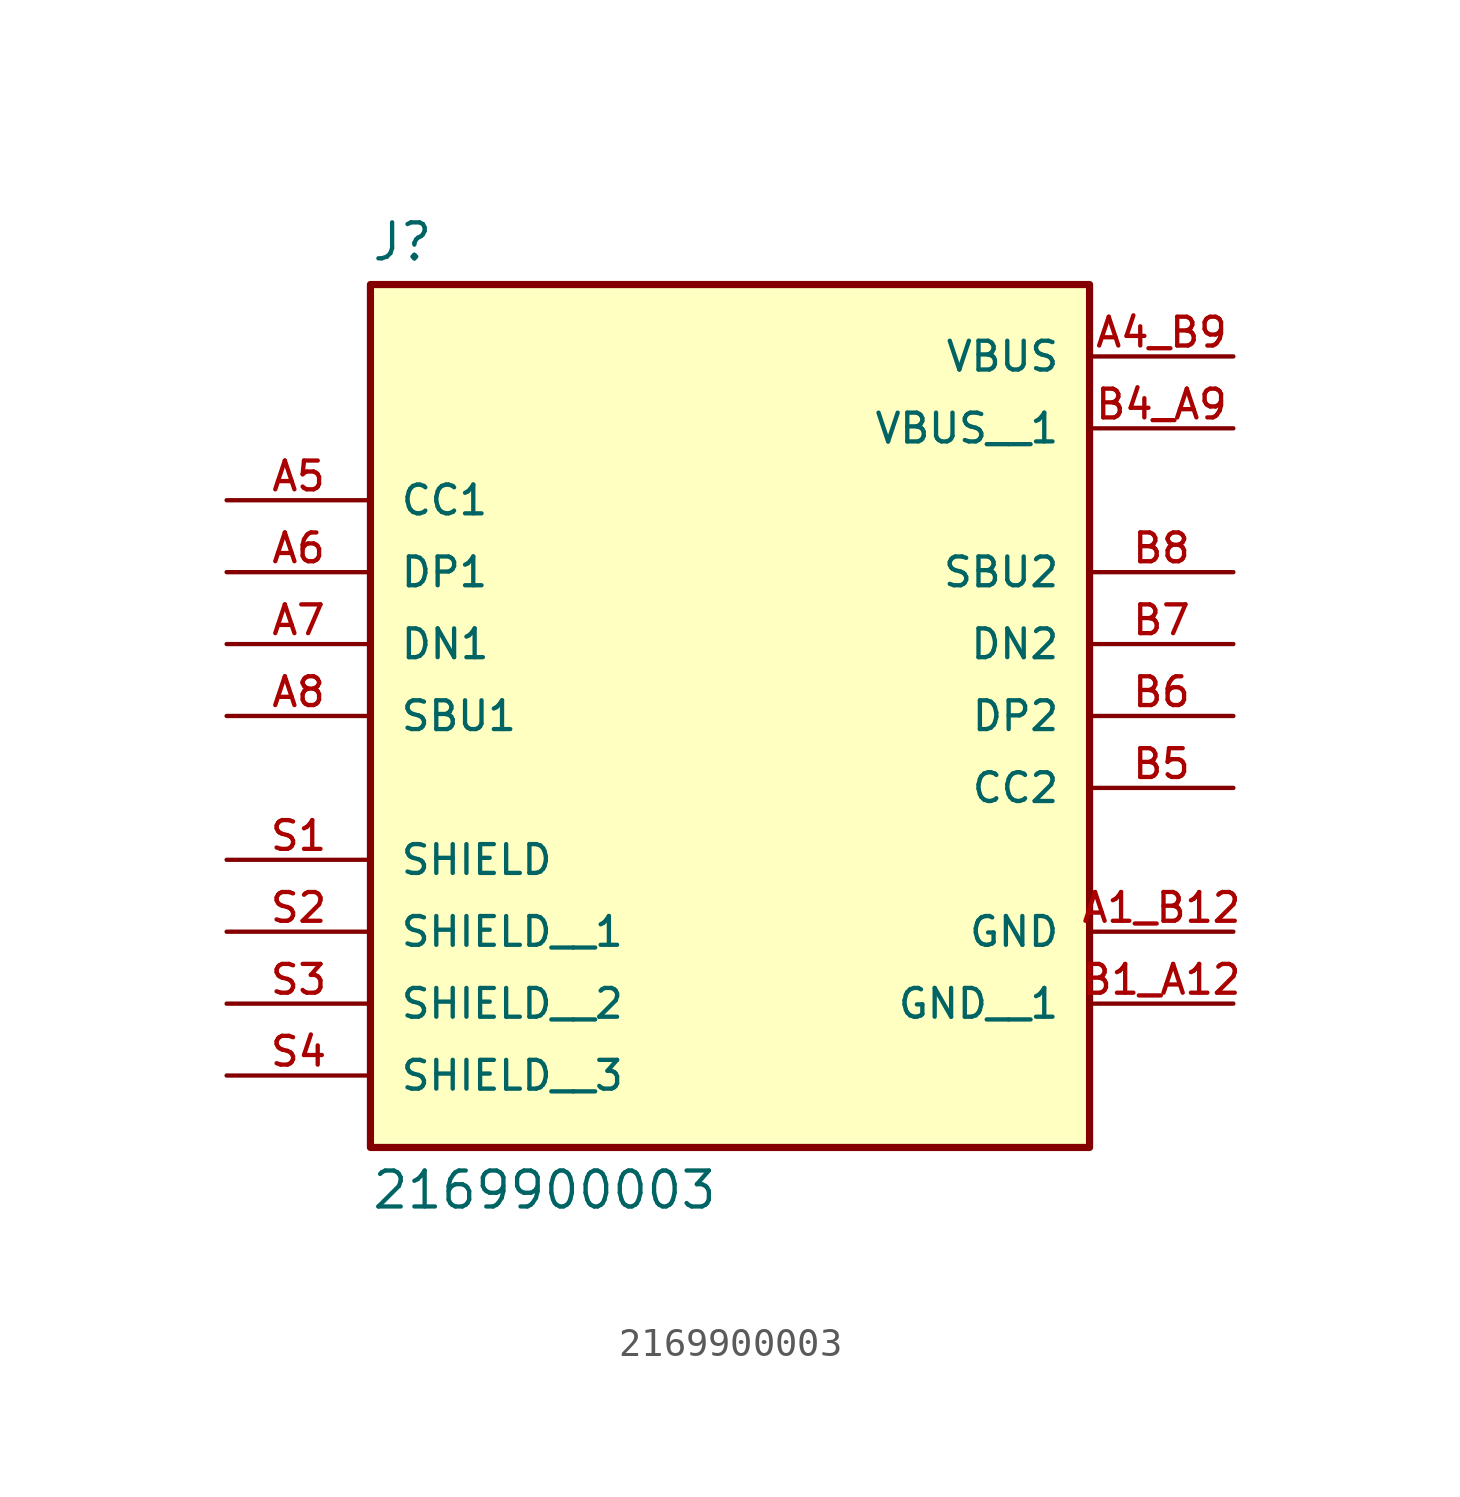
<source format=kicad_sym>
(kicad_symbol_lib
  (version 20211014)
  (generator kicad_symbol_editor)
  (symbol "2169900003"
    (pin_names
      (offset 1.016))
    (property "Reference" "J"
      (at -12.7 10.922 0)
      (effects (font (size 1.27 1.27)) (justify bottom left)))
    (property "Value" "2169900003"
      (at -12.7 -21.082 0.0)
      (effects (font (size 1.27 1.27)) (justify top left)))
    (symbol "2169900003_0_0"
      (rectangle (start -12.7 -20.32) (end 12.7 10.16) (stroke (width 0.254)) (fill (type background)))
      (pin bidirectional line (at -17.78 0.0 0) (length 5.08) (name "DP1" (effects (font (size 1.016 1.016)))) (number "A6" (effects (font (size 1.016 1.016)))))
      (pin bidirectional line (at -17.78 2.54 0) (length 5.08) (name "CC1" (effects (font (size 1.016 1.016)))) (number "A5" (effects (font (size 1.016 1.016)))))
      (pin bidirectional line (at -17.78 -5.08 0) (length 5.08) (name "SBU1" (effects (font (size 1.016 1.016)))) (number "A8" (effects (font (size 1.016 1.016)))))
      (pin bidirectional line (at -17.78 -2.54 0) (length 5.08) (name "DN1" (effects (font (size 1.016 1.016)))) (number "A7" (effects (font (size 1.016 1.016)))))
      (pin passive line (at -17.78 -10.16 0) (length 5.08) (name "SHIELD" (effects (font (size 1.016 1.016)))) (number "S1" (effects (font (size 1.016 1.016)))))
      (pin power_in line (at 17.78 -12.7 180.0) (length 5.08) (name "GND" (effects (font (size 1.016 1.016)))) (number "A1_B12" (effects (font (size 1.016 1.016)))))
      (pin power_in line (at 17.78 7.62 180.0) (length 5.08) (name "VBUS" (effects (font (size 1.016 1.016)))) (number "A4_B9" (effects (font (size 1.016 1.016)))))
      (pin bidirectional line (at 17.78 -5.08 180.0) (length 5.08) (name "DP2" (effects (font (size 1.016 1.016)))) (number "B6" (effects (font (size 1.016 1.016)))))
      (pin bidirectional line (at 17.78 -7.62 180.0) (length 5.08) (name "CC2" (effects (font (size 1.016 1.016)))) (number "B5" (effects (font (size 1.016 1.016)))))
      (pin bidirectional line (at 17.78 0.0 180.0) (length 5.08) (name "SBU2" (effects (font (size 1.016 1.016)))) (number "B8" (effects (font (size 1.016 1.016)))))
      (pin bidirectional line (at 17.78 -2.54 180.0) (length 5.08) (name "DN2" (effects (font (size 1.016 1.016)))) (number "B7" (effects (font (size 1.016 1.016)))))
      (pin passive line (at -17.78 -12.7 0) (length 5.08) (name "SHIELD__1" (effects (font (size 1.016 1.016)))) (number "S2" (effects (font (size 1.016 1.016)))))
      (pin passive line (at -17.78 -15.24 0) (length 5.08) (name "SHIELD__2" (effects (font (size 1.016 1.016)))) (number "S3" (effects (font (size 1.016 1.016)))))
      (pin passive line (at -17.78 -17.78 0) (length 5.08) (name "SHIELD__3" (effects (font (size 1.016 1.016)))) (number "S4" (effects (font (size 1.016 1.016)))))
      (pin power_in line (at 17.78 5.08 180.0) (length 5.08) (name "VBUS__1" (effects (font (size 1.016 1.016)))) (number "B4_A9" (effects (font (size 1.016 1.016)))))
      (pin power_in line (at 17.78 -15.24 180.0) (length 5.08) (name "GND__1" (effects (font (size 1.016 1.016)))) (number "B1_A12" (effects (font (size 1.016 1.016))))))))
</source>
